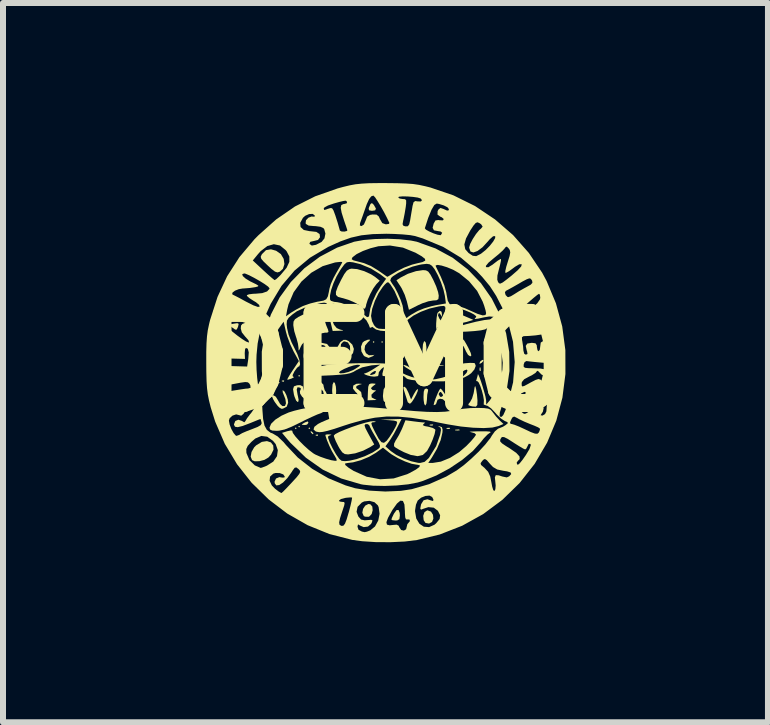
<source format=kicad_pcb>
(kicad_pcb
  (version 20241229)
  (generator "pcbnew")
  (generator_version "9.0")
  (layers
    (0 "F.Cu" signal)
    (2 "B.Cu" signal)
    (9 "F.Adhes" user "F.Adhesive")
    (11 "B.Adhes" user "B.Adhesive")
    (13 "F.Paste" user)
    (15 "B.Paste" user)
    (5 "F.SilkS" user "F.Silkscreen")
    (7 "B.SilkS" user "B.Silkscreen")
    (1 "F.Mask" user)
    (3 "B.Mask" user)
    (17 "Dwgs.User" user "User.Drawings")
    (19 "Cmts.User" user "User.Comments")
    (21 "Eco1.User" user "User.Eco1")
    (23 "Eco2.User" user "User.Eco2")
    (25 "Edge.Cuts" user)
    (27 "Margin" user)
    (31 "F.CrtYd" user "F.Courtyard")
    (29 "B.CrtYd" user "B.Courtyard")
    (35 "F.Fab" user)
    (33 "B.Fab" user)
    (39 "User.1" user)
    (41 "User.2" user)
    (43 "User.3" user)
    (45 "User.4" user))
  (footprint "DEMO"
    (layer "F.Cu")
    (at 3.371 2.985)
    (property "Reference" "DEMO" (at 0 0 0) (layer "F.SilkS") (effects (font (size 1.5 1.5) (thickness 0.3))))
    (attr board_only exclude_from_pos_files exclude_from_bom)
    (fp_poly (pts (xy -1.818 0.366) (xy -1.832 0.381) (xy -1.847 0.366) (xy -1.832 0.352)) (stroke (width 0) (type solid)) (fill yes) (layer "F.SilkS"))
    (fp_poly (pts (xy -1.762 0.338) (xy -1.776 0.352) (xy -1.79 0.338) (xy -1.776 0.324)) (stroke (width 0) (type solid)) (fill yes) (layer "F.SilkS"))
    (fp_poly (pts (xy -1.48 1.099) (xy -1.494 1.114) (xy -1.508 1.099) (xy -1.494 1.085)) (stroke (width 0) (type solid)) (fill yes) (layer "F.SilkS"))
    (fp_poly (pts (xy -1.424 0.226) (xy -1.438 0.24) (xy -1.452 0.226) (xy -1.438 0.211)) (stroke (width 0) (type solid)) (fill yes) (layer "F.SilkS"))
    (fp_poly (pts (xy -1.424 1.071) (xy -1.438 1.085) (xy -1.452 1.071) (xy -1.438 1.057)) (stroke (width 0) (type solid)) (fill yes) (layer "F.SilkS"))
    (fp_poly (pts (xy -1.254 1.099) (xy -1.269 1.114) (xy -1.283 1.099) (xy -1.269 1.085)) (stroke (width 0) (type solid)) (fill yes) (layer "F.SilkS"))
    (fp_poly (pts (xy -0.183 -0.338) (xy -0.197 -0.324) (xy -0.211 -0.338) (xy -0.197 -0.352)) (stroke (width 0) (type solid)) (fill yes) (layer "F.SilkS"))
    (fp_poly (pts (xy -0.042 -0.338) (xy -0.056 -0.324) (xy -0.07 -0.338) (xy -0.056 -0.352)) (stroke (width 0) (type solid)) (fill yes) (layer "F.SilkS"))
    (fp_poly (pts (xy 1.79 -0.366) (xy 1.776 -0.352) (xy 1.762 -0.366) (xy 1.776 -0.381)) (stroke (width 0) (type solid)) (fill yes) (layer "F.SilkS"))
    (fp_poly (pts (xy -1.687 0.305) (xy -1.691 0.322) (xy -1.706 0.324) (xy -1.729 0.314) (xy -1.724 0.305) (xy -1.691 0.302)) (stroke (width 0) (type solid)) (fill yes) (layer "F.SilkS"))
    (fp_poly (pts (xy -1.123 1.208) (xy -1.127 1.224) (xy -1.142 1.226) (xy -1.165 1.216) (xy -1.161 1.208) (xy -1.127 1.204)) (stroke (width 0) (type solid)) (fill yes) (layer "F.SilkS"))
    (fp_poly (pts (xy 0.796 1.04) (xy 0.787 1.053) (xy 0.759 1.055) (xy 0.729 1.048) (xy 0.742 1.038) (xy 0.786 1.035)) (stroke (width 0) (type solid)) (fill yes) (layer "F.SilkS"))
    (fp_poly (pts (xy 1.078 1.097) (xy 1.069 1.109) (xy 1.041 1.111) (xy 1.011 1.104) (xy 1.024 1.094) (xy 1.068 1.091)) (stroke (width 0) (type solid)) (fill yes) (layer "F.SilkS"))
    (fp_poly (pts (xy 1.219 0.279) (xy 1.21 0.292) (xy 1.182 0.294) (xy 1.152 0.287) (xy 1.165 0.277) (xy 1.209 0.273)) (stroke (width 0) (type solid)) (fill yes) (layer "F.SilkS"))
    (fp_poly (pts (xy 1.233 1.123) (xy 1.237 1.133) (xy 1.198 1.137) (xy 1.158 1.133) (xy 1.163 1.123) (xy 1.221 1.119)) (stroke (width 0) (type solid)) (fill yes) (layer "F.SilkS"))
    (fp_poly (pts (xy 1.584 0.093) (xy 1.587 0.137) (xy 1.582 0.147) (xy 1.569 0.139) (xy 1.567 0.11) (xy 1.574 0.08)) (stroke (width 0) (type solid)) (fill yes) (layer "F.SilkS"))
    (fp_poly (pts (xy 1.753 -0.301) (xy 1.756 -0.257) (xy 1.751 -0.247) (xy 1.738 -0.256) (xy 1.736 -0.284) (xy 1.743 -0.314)) (stroke (width 0) (type solid)) (fill yes) (layer "F.SilkS"))
    (fp_poly (pts (xy -1.231 1.153) (xy -1.2 1.182) (xy -1.207 1.198) (xy -1.211 1.198) (xy -1.234 1.178) (xy -1.243 1.166) (xy -1.246 1.146)) (stroke (width 0) (type solid)) (fill yes) (layer "F.SilkS"))
    (fp_poly (pts (xy 1.634 -0.038) (xy 1.625 -0.014) (xy 1.604 0.008) (xy 1.572 0.026) (xy 1.565 0.017) (xy 1.582 -0.017) (xy 1.615 -0.04)) (stroke (width 0) (type solid)) (fill yes) (layer "F.SilkS"))
    (fp_poly (pts (xy 1.734 -0.193) (xy 1.718 -0.152) (xy 1.69 -0.111) (xy 1.661 -0.076) (xy 1.661 -0.086) (xy 1.68 -0.127) (xy 1.713 -0.193) (xy 1.73 -0.211)) (stroke (width 0) (type solid)) (fill yes) (layer "F.SilkS"))
    (fp_poly (pts (xy -2.445 -0.64) (xy -2.454 -0.598) (xy -2.459 -0.584) (xy -2.478 -0.545) (xy -2.502 -0.544) (xy -2.548 -0.576) (xy -2.615 -0.626) (xy -2.534 -0.642) (xy -2.468 -0.652)) (stroke (width 0) (type solid)) (fill yes) (layer "F.SilkS"))
    (fp_poly (pts (xy -1.283 1.006) (xy -1.283 1.008) (xy -1.306 1.038) (xy -1.339 1.045) (xy -1.385 1.042) (xy -1.395 1.038) (xy -1.374 1.021) (xy -1.339 1.001) (xy -1.295 0.985)) (stroke (width 0) (type solid)) (fill yes) (layer "F.SilkS"))
    (fp_poly (pts (xy -0.195 -2.624) (xy -0.193 -2.621) (xy -0.159 -2.561) (xy -0.171 -2.531) (xy -0.225 -2.523) (xy -0.274 -2.532) (xy -0.279 -2.564) (xy -0.277 -2.572) (xy -0.249 -2.637) (xy -0.225 -2.652)) (stroke (width 0) (type solid)) (fill yes) (layer "F.SilkS"))
    (fp_poly (pts (xy -0.843 0.343) (xy -0.826 0.405) (xy -0.821 0.473) (xy -0.825 0.566) (xy -0.845 0.605) (xy -0.853 0.606) (xy -0.877 0.579) (xy -0.887 0.498) (xy -0.888 0.463) (xy -0.881 0.371) (xy -0.863 0.331)) (stroke (width 0) (type solid)) (fill yes) (layer "F.SilkS"))
    (fp_poly (pts (xy 0.759 2.488) (xy 0.792 2.541) (xy 0.798 2.604) (xy 0.776 2.66) (xy 0.726 2.687) (xy 0.667 2.676) (xy 0.637 2.631) (xy 0.629 2.558) (xy 0.65 2.497) (xy 0.695 2.467) (xy 0.702 2.467)) (stroke (width 0) (type solid)) (fill yes) (layer "F.SilkS"))
    (fp_poly (pts (xy 0.94 0.049) (xy 0.951 0.05) (xy 0.98 0.054) (xy 0.957 0.058) (xy 0.889 0.06) (xy 0.832 0.061) (xy 0.74 0.06) (xy 0.691 0.057) (xy 0.689 0.053) (xy 0.712 0.05) (xy 0.824 0.045)) (stroke (width 0) (type solid)) (fill yes) (layer "F.SilkS"))
    (fp_poly (pts (xy -0.252 2.365) (xy -0.219 2.403) (xy -0.213 2.465) (xy -0.23 2.528) (xy -0.269 2.569) (xy -0.283 2.574) (xy -0.339 2.572) (xy -0.361 2.562) (xy -0.385 2.506) (xy -0.373 2.442) (xy -0.337 2.388) (xy -0.285 2.361)) (stroke (width 0) (type solid)) (fill yes) (layer "F.SilkS"))
    (fp_poly (pts (xy 0.237 2.51) (xy 0.24 2.553) (xy 0.232 2.613) (xy 0.198 2.634) (xy 0.169 2.636) (xy 0.116 2.631) (xy 0.099 2.62) (xy 0.11 2.587) (xy 0.139 2.527) (xy 0.142 2.521) (xy 0.184 2.463) (xy 0.218 2.46)) (stroke (width 0) (type solid)) (fill yes) (layer "F.SilkS"))
    (fp_poly (pts (xy 0.672 -0.326) (xy 0.682 -0.252) (xy 0.682 -0.211) (xy 0.675 -0.124) (xy 0.658 -0.076) (xy 0.648 -0.07) (xy 0.628 -0.097) (xy 0.619 -0.17) (xy 0.618 -0.211) (xy 0.625 -0.299) (xy 0.642 -0.347) (xy 0.652 -0.352)) (stroke (width 0) (type solid)) (fill yes) (layer "F.SilkS"))
    (fp_poly (pts (xy 0.711 0.454) (xy 0.708 0.482) (xy 0.696 0.54) (xy 0.691 0.62) (xy 0.691 0.623) (xy 0.683 0.687) (xy 0.666 0.718) (xy 0.662 0.719) (xy 0.646 0.694) (xy 0.636 0.629) (xy 0.634 0.578) (xy 0.638 0.491) (xy 0.653 0.448) (xy 0.68 0.437)) (stroke (width 0) (type solid)) (fill yes) (layer "F.SilkS"))
    (fp_poly (pts (xy -1.908 1.335) (xy -1.869 1.386) (xy -1.865 1.456) (xy -1.905 1.538) (xy -1.949 1.586) (xy -2.017 1.626) (xy -2.101 1.648) (xy -2.179 1.649) (xy -2.222 1.63) (xy -2.245 1.572) (xy -2.231 1.494) (xy -2.187 1.417) (xy -2.154 1.384) (xy -2.059 1.326) (xy -1.974 1.313)) (stroke (width 0) (type solid)) (fill yes) (layer "F.SilkS"))
    (fp_poly (pts (xy 0.084 -0.349) (xy 0.129 -0.344) (xy 0.125 -0.334) (xy 0.12 -0.333) (xy 0.085 -0.306) (xy 0.071 -0.241) (xy 0.07 -0.209) (xy 0.064 -0.129) (xy 0.047 -0.102) (xy 0.028 -0.124) (xy 0.013 -0.196) (xy 0.01 -0.226) (xy 0.005 -0.303) (xy 0.015 -0.34) (xy 0.048 -0.35)) (stroke (width 0) (type solid)) (fill yes) (layer "F.SilkS"))
    (fp_poly (pts (xy -1.822 -1.858) (xy -1.742 -1.802) (xy -1.695 -1.722) (xy -1.683 -1.636) (xy -1.708 -1.557) (xy -1.762 -1.508) (xy -1.799 -1.497) (xy -1.84 -1.51) (xy -1.898 -1.554) (xy -1.958 -1.609) (xy -2.031 -1.679) (xy -2.069 -1.724) (xy -2.078 -1.758) (xy -2.063 -1.792) (xy -2.055 -1.804) (xy -1.99 -1.868) (xy -1.907 -1.882)) (stroke (width 0) (type solid)) (fill yes) (layer "F.SilkS"))
    (fp_poly (pts (xy 1.503 0.419) (xy 1.511 0.451) (xy 1.525 0.54) (xy 1.533 0.638) (xy 1.533 0.641) (xy 1.53 0.712) (xy 1.506 0.74) (xy 1.448 0.735) (xy 1.414 0.727) (xy 1.38 0.713) (xy 1.387 0.689) (xy 1.41 0.662) (xy 1.443 0.602) (xy 1.469 0.515) (xy 1.474 0.488) (xy 1.485 0.416) (xy 1.494 0.394)) (stroke (width 0) (type solid)) (fill yes) (layer "F.SilkS"))
    (fp_poly (pts (xy -0.263 -0.359) (xy -0.29 -0.337) (xy -0.339 -0.278) (xy -0.349 -0.211) (xy -0.325 -0.152) (xy -0.275 -0.117) (xy -0.211 -0.119) (xy -0.183 -0.125) (xy -0.203 -0.108) (xy -0.211 -0.101) (xy -0.282 -0.073) (xy -0.346 -0.098) (xy -0.364 -0.115) (xy -0.401 -0.182) (xy -0.407 -0.261) (xy -0.381 -0.328) (xy -0.354 -0.351) (xy -0.294 -0.376) (xy -0.26 -0.378)) (stroke (width 0) (type solid)) (fill yes) (layer "F.SilkS"))
    (fp_poly (pts (xy 1.276 0.364) (xy 1.248 0.383) (xy 1.218 0.406) (xy 1.214 0.439) (xy 1.236 0.501) (xy 1.241 0.514) (xy 1.266 0.6) (xy 1.256 0.644) (xy 1.227 0.648) (xy 1.211 0.618) (xy 1.174 0.516) (xy 1.144 0.461) (xy 1.114 0.444) (xy 1.099 0.447) (xy 1.058 0.459) (xy 1.058 0.451) (xy 1.09 0.429) (xy 1.147 0.4) (xy 1.159 0.395) (xy 1.237 0.365) (xy 1.278 0.354)) (stroke (width 0) (type solid)) (fill yes) (layer "F.SilkS"))
    (fp_poly (pts (xy -0.396 0.36) (xy -0.401 0.366) (xy -0.43 0.372) (xy -0.483 0.396) (xy -0.488 0.429) (xy -0.453 0.454) (xy -0.405 0.497) (xy -0.394 0.558) (xy -0.412 0.596) (xy -0.465 0.629) (xy -0.527 0.63) (xy -0.566 0.603) (xy -0.563 0.584) (xy -0.527 0.59) (xy -0.47 0.593) (xy -0.451 0.565) (xy -0.474 0.517) (xy -0.496 0.497) (xy -0.541 0.438) (xy -0.536 0.388) (xy -0.485 0.359) (xy -0.445 0.356)) (stroke (width 0) (type solid)) (fill yes) (layer "F.SilkS"))
    (fp_poly (pts (xy -0.166 0.357) (xy -0.17 0.37) (xy -0.19 0.383) (xy -0.231 0.418) (xy -0.24 0.438) (xy -0.216 0.462) (xy -0.19 0.466) (xy -0.156 0.469) (xy -0.171 0.484) (xy -0.19 0.496) (xy -0.234 0.541) (xy -0.229 0.586) (xy -0.176 0.614) (xy -0.148 0.623) (xy -0.173 0.629) (xy -0.205 0.63) (xy -0.297 0.634) (xy -0.292 0.493) (xy -0.287 0.41) (xy -0.273 0.368) (xy -0.244 0.354) (xy -0.214 0.353)) (stroke (width 0) (type solid)) (fill yes) (layer "F.SilkS"))
    (fp_poly (pts (xy 0.345 0.432) (xy 0.376 0.492) (xy 0.386 0.514) (xy 0.427 0.62) (xy 0.476 0.526) (xy 0.511 0.469) (xy 0.536 0.445) (xy 0.54 0.446) (xy 0.538 0.478) (xy 0.513 0.538) (xy 0.477 0.605) (xy 0.439 0.663) (xy 0.41 0.69) (xy 0.407 0.691) (xy 0.374 0.668) (xy 0.368 0.655) (xy 0.353 0.606) (xy 0.329 0.532) (xy 0.327 0.524) (xy 0.304 0.452) (xy 0.298 0.419) (xy 0.308 0.409) (xy 0.32 0.409)) (stroke (width 0) (type solid)) (fill yes) (layer "F.SilkS"))
    (fp_poly (pts (xy 0.675 -1.531) (xy 0.712 -1.511) (xy 0.749 -1.462) (xy 0.796 -1.374) (xy 0.801 -1.363) (xy 0.846 -1.262) (xy 0.877 -1.169) (xy 0.888 -1.109) (xy 0.882 -1.054) (xy 0.851 -1.033) (xy 0.793 -1.029) (xy 0.716 -1.016) (xy 0.616 -0.983) (xy 0.545 -0.951) (xy 0.391 -0.874) (xy 0.357 -1.013) (xy 0.322 -1.122) (xy 0.272 -1.229) (xy 0.254 -1.259) (xy 0.183 -1.366) (xy 0.254 -1.412) (xy 0.374 -1.474) (xy 0.509 -1.518) (xy 0.625 -1.535)) (stroke (width 0) (type solid)) (fill yes) (layer "F.SilkS"))
    (fp_poly (pts (xy 0.877 -0.33) (xy 0.924 -0.261) (xy 0.931 -0.248) (xy 0.987 -0.144) (xy 1.004 -0.255) (xy 1.014 -0.316) (xy 1.019 -0.33) (xy 1.023 -0.295) (xy 1.025 -0.218) (xy 1.023 -0.136) (xy 1.013 -0.082) (xy 1.004 -0.07) (xy 0.973 -0.092) (xy 0.93 -0.146) (xy 0.919 -0.162) (xy 0.861 -0.254) (xy 0.86 -0.162) (xy 0.854 -0.1) (xy 0.84 -0.071) (xy 0.839 -0.07) (xy 0.827 -0.096) (xy 0.819 -0.161) (xy 0.818 -0.211) (xy 0.824 -0.306) (xy 0.844 -0.345)) (stroke (width 0) (type solid)) (fill yes) (layer "F.SilkS"))
    (fp_poly (pts (xy -1.68 0.489) (xy -1.65 0.549) (xy -1.627 0.622) (xy -1.621 0.675) (xy -1.645 0.74) (xy -1.708 0.773) (xy -1.732 0.775) (xy -1.765 0.756) (xy -1.796 0.726) (xy -1.845 0.66) (xy -1.872 0.613) (xy -1.891 0.566) (xy -1.875 0.55) (xy -1.865 0.55) (xy -1.827 0.573) (xy -1.792 0.63) (xy -1.791 0.632) (xy -1.755 0.695) (xy -1.716 0.73) (xy -1.674 0.727) (xy -1.657 0.684) (xy -1.667 0.613) (xy -1.687 0.561) (xy -1.711 0.5) (xy -1.713 0.467) (xy -1.71 0.465)) (stroke (width 0) (type solid)) (fill yes) (layer "F.SilkS"))
    (fp_poly (pts (xy -1.029 0.734) (xy -1.024 0.736) (xy -0.999 0.774) (xy -1.019 0.818) (xy -1.074 0.848) (xy -1.078 0.849) (xy -1.136 0.87) (xy -1.228 0.911) (xy -1.341 0.964) (xy -1.422 1.005) (xy -1.569 1.076) (xy -1.681 1.12) (xy -1.77 1.139) (xy -1.81 1.142) (xy -1.887 1.137) (xy -1.923 1.12) (xy -1.931 1.088) (xy -1.905 1.025) (xy -1.835 0.956) (xy -1.73 0.889) (xy -1.612 0.836) (xy -1.521 0.808) (xy -1.408 0.78) (xy -1.287 0.757) (xy -1.174 0.74) (xy -1.083 0.731)) (stroke (width 0) (type solid)) (fill yes) (layer "F.SilkS"))
    (fp_poly (pts (xy -0.656 -0.373) (xy -0.611 -0.351) (xy -0.552 -0.294) (xy -0.526 -0.222) (xy -0.54 -0.154) (xy -0.561 -0.129) (xy -0.588 -0.113) (xy -0.595 -0.135) (xy -0.588 -0.189) (xy -0.591 -0.273) (xy -0.625 -0.33) (xy -0.68 -0.348) (xy -0.704 -0.342) (xy -0.74 -0.303) (xy -0.747 -0.237) (xy -0.727 -0.167) (xy -0.684 -0.114) (xy -0.648 -0.083) (xy -0.65 -0.07) (xy -0.692 -0.085) (xy -0.741 -0.114) (xy -0.793 -0.18) (xy -0.797 -0.258) (xy -0.752 -0.334) (xy -0.745 -0.34) (xy -0.698 -0.374)) (stroke (width 0) (type solid)) (fill yes) (layer "F.SilkS"))
    (fp_poly (pts (xy 1.315 -0.358) (xy 1.35 -0.298) (xy 1.381 -0.24) (xy 1.42 -0.157) (xy 1.431 -0.113) (xy 1.415 -0.099) (xy 1.412 -0.099) (xy 1.376 -0.123) (xy 1.341 -0.182) (xy 1.335 -0.197) (xy 1.305 -0.26) (xy 1.276 -0.293) (xy 1.259 -0.29) (xy 1.261 -0.246) (xy 1.263 -0.24) (xy 1.264 -0.195) (xy 1.252 -0.183) (xy 1.229 -0.16) (xy 1.226 -0.143) (xy 1.207 -0.093) (xy 1.195 -0.083) (xy 1.176 -0.085) (xy 1.184 -0.13) (xy 1.215 -0.221) (xy 1.249 -0.303) (xy 1.278 -0.362) (xy 1.295 -0.381)) (stroke (width 0) (type solid)) (fill yes) (layer "F.SilkS"))
    (fp_poly (pts (xy -1.377 0.401) (xy -1.367 0.442) (xy -1.349 0.506) (xy -1.306 0.569) (xy -1.269 0.615) (xy -1.274 0.633) (xy -1.287 0.634) (xy -1.339 0.616) (xy -1.389 0.573) (xy -1.422 0.521) (xy -1.425 0.479) (xy -1.421 0.474) (xy -1.407 0.44) (xy -1.423 0.423) (xy -1.464 0.415) (xy -1.478 0.454) (xy -1.464 0.54) (xy -1.461 0.551) (xy -1.446 0.626) (xy -1.453 0.659) (xy -1.463 0.662) (xy -1.488 0.638) (xy -1.514 0.575) (xy -1.525 0.537) (xy -1.539 0.449) (xy -1.524 0.401) (xy -1.472 0.383) (xy -1.421 0.381)) (stroke (width 0) (type solid)) (fill yes) (layer "F.SilkS"))
    (fp_poly (pts (xy -0.471 -1.552) (xy -0.354 -1.518) (xy -0.239 -1.465) (xy -0.169 -1.419) (xy -0.095 -1.36) (xy -0.152 -1.3) (xy -0.201 -1.233) (xy -0.252 -1.14) (xy -0.295 -1.042) (xy -0.321 -0.961) (xy -0.324 -0.937) (xy -0.341 -0.894) (xy -0.376 -0.896) (xy -0.395 -0.917) (xy -0.439 -0.955) (xy -0.518 -0.998) (xy -0.614 -1.039) (xy -0.708 -1.068) (xy -0.727 -1.072) (xy -0.791 -1.09) (xy -0.824 -1.122) (xy -0.825 -1.174) (xy -0.795 -1.257) (xy -0.739 -1.372) (xy -0.686 -1.469) (xy -0.643 -1.526) (xy -0.6 -1.552) (xy -0.566 -1.56)) (stroke (width 0) (type solid)) (fill yes) (layer "F.SilkS"))
    (fp_poly (pts (xy 0.074 0.385) (xy 0.122 0.403) (xy 0.136 0.449) (xy 0.135 0.476) (xy 0.14 0.555) (xy 0.157 0.61) (xy 0.17 0.652) (xy 0.149 0.662) (xy 0.111 0.64) (xy 0.078 0.589) (xy 0.062 0.533) (xy 0.071 0.494) (xy 0.074 0.491) (xy 0.091 0.454) (xy 0.086 0.44) (xy 0.056 0.417) (xy 0.031 0.442) (xy 0.016 0.508) (xy 0.014 0.551) (xy 0.008 0.621) (xy -0.008 0.66) (xy -0.014 0.662) (xy -0.032 0.638) (xy -0.041 0.576) (xy -0.042 0.557) (xy -0.031 0.454) (xy 0.001 0.398) (xy 0.06 0.384)) (stroke (width 0) (type solid)) (fill yes) (layer "F.SilkS"))
    (fp_poly (pts (xy 0.416 -0.347) (xy 0.434 -0.322) (xy 0.43 -0.282) (xy 0.434 -0.208) (xy 0.454 -0.162) (xy 0.489 -0.102) (xy 0.482 -0.073) (xy 0.468 -0.07) (xy 0.437 -0.092) (xy 0.396 -0.143) (xy 0.396 -0.143) (xy 0.366 -0.208) (xy 0.378 -0.251) (xy 0.395 -0.292) (xy 0.39 -0.306) (xy 0.353 -0.324) (xy 0.332 -0.289) (xy 0.324 -0.2) (xy 0.324 -0.197) (xy 0.319 -0.122) (xy 0.304 -0.076) (xy 0.296 -0.07) (xy 0.28 -0.096) (xy 0.27 -0.161) (xy 0.268 -0.211) (xy 0.27 -0.295) (xy 0.281 -0.336) (xy 0.311 -0.351) (xy 0.356 -0.352)) (stroke (width 0) (type solid)) (fill yes) (layer "F.SilkS"))
    (fp_poly (pts (xy -0.973 -0.305) (xy -0.926 -0.246) (xy -0.916 -0.179) (xy -0.924 -0.119) (xy -0.956 -0.081) (xy -1.026 -0.054) (xy -1.075 -0.042) (xy -1.139 -0.031) (xy -1.165 -0.044) (xy -1.17 -0.086) (xy -1.18 -0.165) (xy -1.197 -0.221) (xy -1.198 -0.23) (xy -1.142 -0.23) (xy -1.13 -0.131) (xy -1.092 -0.082) (xy -1.047 -0.076) (xy -1.005 -0.094) (xy -0.988 -0.142) (xy -0.987 -0.183) (xy -0.992 -0.251) (xy -1.019 -0.281) (xy -1.064 -0.291) (xy -1.121 -0.29) (xy -1.14 -0.258) (xy -1.142 -0.23) (xy -1.198 -0.23) (xy -1.206 -0.278) (xy -1.175 -0.311) (xy -1.098 -0.323) (xy -1.06 -0.324)) (stroke (width 0) (type solid)) (fill yes) (layer "F.SilkS"))
    (fp_poly (pts (xy 0.459 0.983) (xy 0.547 0.994) (xy 0.616 1.001) (xy 0.631 1.001) (xy 0.661 1.006) (xy 0.639 1.025) (xy 0.635 1.028) (xy 0.622 1.047) (xy 0.656 1.063) (xy 0.712 1.073) (xy 0.786 1.093) (xy 0.828 1.118) (xy 0.832 1.128) (xy 0.819 1.195) (xy 0.786 1.289) (xy 0.743 1.388) (xy 0.697 1.471) (xy 0.689 1.482) (xy 0.623 1.544) (xy 0.535 1.564) (xy 0.421 1.543) (xy 0.307 1.497) (xy 0.224 1.454) (xy 0.163 1.417) (xy 0.143 1.398) (xy 0.144 1.356) (xy 0.174 1.295) (xy 0.18 1.288) (xy 0.226 1.21) (xy 0.273 1.114) (xy 0.284 1.088) (xy 0.333 0.966)) (stroke (width 0) (type solid)) (fill yes) (layer "F.SilkS"))
    (fp_poly (pts (xy -1.034 0.373) (xy -1.029 0.405) (xy -1.012 0.466) (xy -0.997 0.486) (xy -0.973 0.536) (xy -0.998 0.578) (xy -1.061 0.603) (xy -1.099 0.606) (xy -1.16 0.603) (xy -1.189 0.585) (xy -1.198 0.535) (xy -1.198 0.481) (xy -1.197 0.463) (xy -1.142 0.463) (xy -1.137 0.538) (xy -1.119 0.571) (xy -1.085 0.578) (xy -1.038 0.558) (xy -1.029 0.522) (xy -1.041 0.476) (xy -1.058 0.465) (xy -1.08 0.443) (xy -1.08 0.419) (xy -1.09 0.372) (xy -1.106 0.36) (xy -1.131 0.372) (xy -1.141 0.434) (xy -1.142 0.463) (xy -1.197 0.463) (xy -1.193 0.398) (xy -1.172 0.355) (xy -1.142 0.338) (xy -1.071 0.334)) (stroke (width 0) (type solid)) (fill yes) (layer "F.SilkS"))
    (fp_poly (pts (xy 0.942 0.46) (xy 0.983 0.517) (xy 1.01 0.564) (xy 1.05 0.644) (xy 1.056 0.684) (xy 1.044 0.691) (xy 1.002 0.668) (xy 0.991 0.648) (xy 0.957 0.616) (xy 0.908 0.607) (xy 0.868 0.624) (xy 0.86 0.647) (xy 0.843 0.695) (xy 0.832 0.705) (xy 0.805 0.714) (xy 0.803 0.711) (xy 0.813 0.667) (xy 0.837 0.598) (xy 0.863 0.536) (xy 0.888 0.536) (xy 0.91 0.573) (xy 0.929 0.578) (xy 0.958 0.559) (xy 0.955 0.536) (xy 0.927 0.498) (xy 0.913 0.493) (xy 0.891 0.516) (xy 0.888 0.536) (xy 0.863 0.536) (xy 0.867 0.524) (xy 0.896 0.464) (xy 0.916 0.437) (xy 0.916 0.437)) (stroke (width 0) (type solid)) (fill yes) (layer "F.SilkS"))
    (fp_poly (pts (xy -1.036 -0.873) (xy -1.029 -0.825) (xy -1.029 -0.806) (xy -1.018 -0.718) (xy -0.99 -0.624) (xy -0.987 -0.616) (xy -0.956 -0.542) (xy -0.949 -0.506) (xy -0.968 -0.494) (xy -1.008 -0.493) (xy -1.068 -0.481) (xy -1.155 -0.451) (xy -1.22 -0.423) (xy -1.325 -0.364) (xy -1.389 -0.3) (xy -1.41 -0.262) (xy -1.436 -0.205) (xy -1.447 -0.197) (xy -1.448 -0.235) (xy -1.448 -0.24) (xy -1.458 -0.311) (xy -1.482 -0.401) (xy -1.49 -0.423) (xy -1.519 -0.518) (xy -1.534 -0.61) (xy -1.535 -0.625) (xy -1.531 -0.678) (xy -1.507 -0.717) (xy -1.452 -0.754) (xy -1.386 -0.788) (xy -1.283 -0.833) (xy -1.182 -0.867) (xy -1.132 -0.879) (xy -1.065 -0.887)) (stroke (width 0) (type solid)) (fill yes) (layer "F.SilkS"))
    (fp_poly (pts (xy 0.935 -0.841) (xy 0.941 -0.796) (xy 0.936 -0.758) (xy 0.927 -0.774) (xy 0.925 -0.783) (xy 0.903 -0.817) (xy 0.886 -0.816) (xy 0.875 -0.782) (xy 0.898 -0.728) (xy 0.944 -0.669) (xy 1.002 -0.62) (xy 1.029 -0.606) (xy 1.08 -0.59) (xy 1.135 -0.587) (xy 1.209 -0.598) (xy 1.317 -0.626) (xy 1.348 -0.635) (xy 1.51 -0.676) (xy 1.645 -0.703) (xy 1.746 -0.715) (xy 1.805 -0.71) (xy 1.818 -0.696) (xy 1.795 -0.647) (xy 1.738 -0.593) (xy 1.664 -0.55) (xy 1.657 -0.547) (xy 1.59 -0.532) (xy 1.483 -0.52) (xy 1.353 -0.511) (xy 1.217 -0.506) (xy 1.092 -0.507) (xy 1.008 -0.512) (xy 0.926 -0.528) (xy 0.89 -0.556) (xy 0.886 -0.572) (xy 0.881 -0.6) (xy 0.867 -0.575) (xy 0.862 -0.564) (xy 0.849 -0.55) (xy 0.844 -0.592) (xy 0.845 -0.65) (xy 0.852 -0.739) (xy 0.863 -0.807) (xy 0.871 -0.826) (xy 0.907 -0.859)) (stroke (width 0) (type solid)) (fill yes) (layer "F.SilkS"))
    (fp_poly (pts (xy -0.572 0.731) (xy -0.379 0.742) (xy -0.159 0.757) (xy 0.061 0.775) (xy 0.24 0.791) (xy 0.49 0.813) (xy 0.693 0.826) (xy 0.859 0.829) (xy 0.997 0.823) (xy 1.115 0.807) (xy 1.171 0.795) (xy 1.282 0.776) (xy 1.417 0.763) (xy 1.533 0.76) (xy 1.643 0.763) (xy 1.711 0.772) (xy 1.752 0.79) (xy 1.781 0.823) (xy 1.787 0.832) (xy 1.843 0.904) (xy 1.899 0.965) (xy 1.966 1.028) (xy 1.885 1.062) (xy 1.783 1.087) (xy 1.638 1.096) (xy 1.459 1.09) (xy 1.257 1.07) (xy 1.042 1.035) (xy 0.969 1.021) (xy 0.679 0.963) (xy 0.431 0.925) (xy 0.213 0.905) (xy 0.015 0.904) (xy -0.175 0.923) (xy -0.369 0.961) (xy -0.577 1.019) (xy -0.695 1.057) (xy -0.851 1.109) (xy -0.964 1.142) (xy -1.045 1.16) (xy -1.102 1.165) (xy -1.146 1.157) (xy -1.163 1.151) (xy -1.198 1.119) (xy -1.184 1.075) (xy -1.124 1.028) (xy -1.068 0.999) (xy -0.937 0.943) (xy -0.956 0.827) (xy -0.975 0.711)) (stroke (width 0) (type solid)) (fill yes) (layer "F.SilkS"))
    (fp_poly (pts (xy 1.473 0.012) (xy 1.49 0.018) (xy 1.504 0.06) (xy 1.481 0.12) (xy 1.429 0.181) (xy 1.386 0.213) (xy 1.319 0.25) (xy 1.275 0.266) (xy 1.263 0.261) (xy 1.291 0.234) (xy 1.305 0.224) (xy 1.351 0.177) (xy 1.367 0.139) (xy 1.355 0.121) (xy 1.315 0.135) (xy 1.262 0.167) (xy 1.176 0.215) (xy 1.094 0.25) (xy 1.076 0.256) (xy 1.025 0.274) (xy 1.026 0.294) (xy 1.033 0.299) (xy 1.027 0.31) (xy 0.973 0.317) (xy 0.876 0.318) (xy 0.744 0.315) (xy 0.586 0.307) (xy 0.522 0.303) (xy 0.434 0.294) (xy 0.372 0.28) (xy 0.353 0.27) (xy 0.319 0.24) (xy 0.263 0.209) (xy 0.205 0.184) (xy 0.164 0.175) (xy 0.155 0.181) (xy 0.177 0.216) (xy 0.204 0.237) (xy 0.228 0.256) (xy 0.206 0.265) (xy 0.155 0.267) (xy 0.094 0.262) (xy 0.087 0.249) (xy 0.096 0.242) (xy 0.117 0.217) (xy 0.107 0.178) (xy 0.073 0.122) (xy 0.011 0.028) (xy 0.02 0.128) (xy 0.02 0.198) (xy 0.000152 0.228) (xy -0.018 0.232) (xy -0.048 0.226) (xy -0.051 0.191) (xy -0.041 0.15) (xy -0.026 0.092) (xy -0.033 0.082) (xy -0.069 0.112) (xy -0.072 0.115) (xy -0.11 0.165) (xy -0.115 0.203) (xy -0.123 0.23) (xy -0.181 0.239) (xy -0.191 0.239) (xy -0.246 0.233) (xy -0.301 0.219) (xy -0.344 0.202) (xy -0.345 0.201) (xy -0.259 0.201) (xy -0.247 0.211) (xy -0.233 0.211) (xy -0.182 0.195) (xy -0.168 0.181) (xy -0.157 0.146) (xy -0.183 0.147) (xy -0.224 0.171) (xy -0.259 0.201) (xy -0.345 0.201) (xy -0.359 0.189) (xy -0.338 0.184) (xy -0.299 0.169) (xy -0.233 0.133) (xy -0.197 0.111) (xy -0.085 0.039) (xy -0.232 0.051) (xy -0.39 0.085) (xy -0.486 0.132) (xy -0.535 0.161) (xy -0.587 0.182) (xy -0.654 0.197) (xy -0.748 0.207) (xy -0.88 0.216) (xy -0.968 0.22) (xy -1.126 0.227) (xy -1.235 0.228) (xy -1.301 0.224) (xy -1.33 0.214) (xy -1.332 0.204) (xy -1.303 0.17) (xy -0.775 0.17) (xy -0.752 0.185) (xy -0.694 0.181) (xy -0.618 0.162) (xy -0.539 0.13) (xy -0.507 0.112) (xy -0.441 0.07) (xy -0.42 0.05) (xy -0.439 0.043) (xy -0.473 0.042) (xy -0.532 0.053) (xy -0.61 0.078) (xy -0.688 0.111) (xy -0.749 0.144) (xy -0.775 0.169) (xy -0.775 0.17) (xy -1.303 0.17) (xy -1.289 0.154) (xy -1.201 0.106) (xy -1.079 0.066) (xy -0.973 0.044) (xy -0.884 0.034) (xy -0.765 0.026) (xy -0.624 0.02) (xy -0.473 0.016) (xy -0.321 0.015) (xy -0.177 0.015) (xy -0.052 0.019) (xy 0.044 0.024) (xy 0.102 0.032) (xy 0.114 0.04) (xy 0.123 0.074) (xy 0.172 0.118) (xy 0.25 0.165) (xy 0.344 0.21) (xy 0.441 0.246) (xy 0.528 0.266) (xy 0.559 0.268) (xy 0.594 0.262) (xy 0.589 0.242) (xy 0.54 0.205) (xy 0.444 0.148) (xy 0.409 0.129) (xy 0.337 0.085) (xy 0.3 0.054) (xy 0.306 0.043) (xy 0.353 0.058) (xy 0.43 0.099) (xy 0.523 0.157) (xy 0.543 0.171) (xy 0.638 0.236) (xy 0.705 0.272) (xy 0.759 0.287) (xy 0.817 0.284) (xy 0.843 0.28) (xy 0.949 0.256) (xy 1.064 0.221) (xy 1.169 0.18) (xy 1.249 0.14) (xy 1.281 0.115) (xy 1.293 0.082) (xy 1.256 0.059) (xy 1.248 0.056) (xy 1.22 0.042) (xy 1.235 0.031) (xy 1.299 0.02) (xy 1.325 0.016) (xy 1.411 0.01)) (stroke (width 0) (type solid)) (fill yes) (layer "F.SilkS"))
    (fp_poly (pts (xy 0.194 1.091) (xy 0.142 1.189) (xy 0.087 1.279) (xy 0.06 1.319) (xy 0.000043 1.4) (xy 0.089 1.479) (xy 0.18 1.542) (xy 0.301 1.602) (xy 0.429 1.649) (xy 0.543 1.675) (xy 0.578 1.677) (xy 0.652 1.659) (xy 0.719 1.598) (xy 0.728 1.586) (xy 0.845 1.396) (xy 0.912 1.203) (xy 0.925 1.127) (xy 0.918 1.09) (xy 0.892 1.074) (xy 0.872 1.065) (xy 0.902 1.067) (xy 0.94 1.081) (xy 0.952 1.124) (xy 0.949 1.171) (xy 0.92 1.296) (xy 0.858 1.442) (xy 0.774 1.586) (xy 0.713 1.677) (xy 0.786 1.677) (xy 0.923 1.655) (xy 1.076 1.592) (xy 1.228 1.497) (xy 1.346 1.396) (xy 1.422 1.318) (xy 1.478 1.252) (xy 1.507 1.21) (xy 1.508 1.204) (xy 1.484 1.181) (xy 1.423 1.164) (xy 1.417 1.163) (xy 1.401 1.158) (xy 1.434 1.154) (xy 1.51 1.151) (xy 1.565 1.15) (xy 1.675 1.15) (xy 1.74 1.155) (xy 1.755 1.165) (xy 1.748 1.169) (xy 1.701 1.203) (xy 1.638 1.268) (xy 1.593 1.325) (xy 1.456 1.478) (xy 1.276 1.628) (xy 1.069 1.767) (xy 0.847 1.886) (xy 0.625 1.976) (xy 0.536 2.003) (xy 0.379 2.033) (xy 0.19 2.052) (xy -0.011 2.06) (xy -0.205 2.056) (xy -0.37 2.039) (xy -0.409 2.032) (xy -0.739 1.935) (xy -1.044 1.788) (xy -1.189 1.686) (xy -0.672 1.686) (xy -0.669 1.711) (xy -0.615 1.756) (xy -0.529 1.81) (xy -0.312 1.907) (xy -0.088 1.949) (xy 0.137 1.935) (xy 0.36 1.865) (xy 0.402 1.845) (xy 0.508 1.787) (xy 0.566 1.744) (xy 0.573 1.716) (xy 0.527 1.706) (xy 0.522 1.706) (xy 0.437 1.691) (xy 0.326 1.652) (xy 0.208 1.597) (xy 0.103 1.535) (xy 0.066 1.508) (xy -0.041 1.422) (xy -0.159 1.508) (xy -0.273 1.575) (xy -0.408 1.631) (xy -0.54 1.667) (xy -0.627 1.677) (xy -0.672 1.686) (xy -1.189 1.686) (xy -1.325 1.59) (xy -1.582 1.342) (xy -1.637 1.279) (xy -1.723 1.176) (xy -1.63 1.147) (xy -1.573 1.135) (xy -1.551 1.141) (xy -1.552 1.144) (xy -1.543 1.177) (xy -1.5 1.236) (xy -1.434 1.31) (xy -1.356 1.388) (xy -1.276 1.46) (xy -1.203 1.516) (xy -1.17 1.536) (xy -1.086 1.573) (xy -0.992 1.606) (xy -0.904 1.631) (xy -0.838 1.642) (xy -0.812 1.639) (xy -0.817 1.609) (xy -0.848 1.554) (xy -0.857 1.54) (xy -0.894 1.477) (xy -0.935 1.392) (xy -0.972 1.304) (xy -0.996 1.234) (xy -1.001 1.209) (xy -0.977 1.202) (xy -0.937 1.201) (xy -0.899 1.206) (xy -0.916 1.216) (xy -0.923 1.217) (xy -0.952 1.23) (xy -0.956 1.258) (xy -0.935 1.317) (xy -0.929 1.334) (xy -0.884 1.426) (xy -0.828 1.525) (xy -0.814 1.547) (xy -0.768 1.611) (xy -0.729 1.642) (xy -0.673 1.647) (xy -0.601 1.64) (xy -0.481 1.613) (xy -0.344 1.565) (xy -0.215 1.504) (xy -0.12 1.443) (xy -0.095 1.418) (xy -0.091 1.389) (xy -0.11 1.341) (xy -0.155 1.263) (xy -0.169 1.239) (xy -0.219 1.153) (xy -0.254 1.086) (xy -0.268 1.052) (xy -0.291 1.032) (xy -0.31 1.029) (xy -0.34 1.034) (xy -0.348 1.055) (xy -0.332 1.101) (xy -0.289 1.183) (xy -0.269 1.22) (xy -0.187 1.369) (xy -0.256 1.414) (xy -0.372 1.473) (xy -0.504 1.517) (xy -0.622 1.535) (xy -0.623 1.535) (xy -0.677 1.529) (xy -0.719 1.501) (xy -0.762 1.44) (xy -0.785 1.399) (xy -0.827 1.315) (xy -0.854 1.247) (xy -0.86 1.22) (xy -0.835 1.196) (xy -0.768 1.161) (xy -0.672 1.121) (xy -0.559 1.078) (xy -0.442 1.038) (xy -0.333 1.006) (xy -0.246 0.985) (xy -0.192 0.981) (xy -0.189 0.982) (xy -0.157 0.992) (xy -0.18 0.997) (xy -0.19 0.998) (xy -0.223 1.002) (xy -0.235 1.018) (xy -0.224 1.057) (xy -0.189 1.13) (xy -0.171 1.166) (xy -0.113 1.273) (xy -0.067 1.331) (xy -0.025 1.342) (xy 0.02 1.308) (xy 0.068 1.244) (xy 0.123 1.158) (xy 0.167 1.079) (xy 0.182 1.047) (xy 0.195 1.005) (xy 0.185 0.983) (xy 0.14 0.972) (xy 0.062 0.965) (xy -0.085 0.955) (xy 0.092 0.95) (xy 0.269 0.944)) (stroke (width 0) (type solid)) (fill yes) (layer "F.SilkS"))
    (fp_poly (pts (xy 0.014 -2.985) (xy 0.199 -2.983) (xy 0.343 -2.978) (xy 0.458 -2.97) (xy 0.56 -2.955) (xy 0.662 -2.933) (xy 0.75 -2.911) (xy 1.132 -2.781) (xy 1.492 -2.603) (xy 1.825 -2.38) (xy 2.126 -2.119) (xy 2.389 -1.821) (xy 2.61 -1.493) (xy 2.685 -1.353) (xy 2.84 -0.982) (xy 2.945 -0.596) (xy 2.997 -0.202) (xy 2.998 0.196) (xy 2.948 0.589) (xy 2.846 0.973) (xy 2.693 1.339) (xy 2.485 1.693) (xy 2.235 2.011) (xy 1.948 2.291) (xy 1.628 2.529) (xy 1.278 2.723) (xy 0.904 2.869) (xy 0.525 2.961) (xy 0.322 2.986) (xy 0.087 2.997) (xy -0.157 2.996) (xy -0.388 2.981) (xy -0.552 2.959) (xy -0.934 2.861) (xy -1.296 2.714) (xy -1.636 2.52) (xy -1.924 2.301) (xy -0.773 2.301) (xy -0.765 2.319) (xy -0.72 2.326) (xy -0.691 2.328) (xy -0.68 2.344) (xy -0.687 2.385) (xy -0.713 2.464) (xy -0.72 2.485) (xy -0.756 2.596) (xy -0.771 2.666) (xy -0.766 2.705) (xy -0.739 2.723) (xy -0.726 2.726) (xy -0.699 2.721) (xy -0.674 2.688) (xy -0.647 2.619) (xy -0.613 2.503) (xy -0.611 2.5) (xy -0.609 2.491) (xy -0.481 2.491) (xy -0.451 2.57) (xy -0.406 2.62) (xy -0.346 2.633) (xy -0.308 2.63) (xy -0.239 2.624) (xy -0.216 2.634) (xy -0.228 2.671) (xy -0.241 2.694) (xy -0.291 2.737) (xy -0.363 2.746) (xy -0.428 2.718) (xy -0.431 2.715) (xy -0.457 2.7) (xy -0.465 2.734) (xy -0.465 2.741) (xy -0.449 2.79) (xy -0.393 2.82) (xy -0.347 2.83) (xy -0.309 2.822) (xy -0.253 2.8) (xy -0.174 2.735) (xy -0.135 2.664) (xy 0.016 2.664) (xy 0.025 2.704) (xy 0.069 2.716) (xy 0.116 2.711) (xy 0.186 2.705) (xy 0.22 2.722) (xy 0.232 2.75) (xy 0.262 2.794) (xy 0.307 2.804) (xy 0.344 2.782) (xy 0.352 2.75) (xy 0.365 2.696) (xy 0.381 2.678) (xy 0.408 2.645) (xy 0.399 2.618) (xy 0.366 2.618) (xy 0.342 2.617) (xy 0.329 2.584) (xy 0.324 2.508) (xy 0.324 2.483) (xy 0.493 2.483) (xy 0.513 2.602) (xy 0.565 2.689) (xy 0.639 2.739) (xy 0.727 2.746) (xy 0.817 2.706) (xy 0.847 2.679) (xy 0.903 2.61) (xy 0.911 2.548) (xy 0.874 2.475) (xy 0.872 2.473) (xy 0.805 2.422) (xy 0.715 2.413) (xy 0.632 2.44) (xy 0.592 2.455) (xy 0.58 2.436) (xy 0.592 2.374) (xy 0.595 2.363) (xy 0.635 2.299) (xy 0.699 2.282) (xy 0.749 2.299) (xy 0.794 2.312) (xy 0.799 2.286) (xy 0.778 2.245) (xy 0.734 2.221) (xy 0.665 2.227) (xy 0.593 2.256) (xy 0.537 2.304) (xy 0.536 2.306) (xy 0.508 2.373) (xy 0.494 2.463) (xy 0.493 2.483) (xy 0.324 2.483) (xy 0.324 2.482) (xy 0.316 2.369) (xy 0.291 2.31) (xy 0.249 2.305) (xy 0.192 2.353) (xy 0.119 2.455) (xy 0.105 2.479) (xy 0.043 2.591) (xy 0.016 2.664) (xy -0.135 2.664) (xy -0.12 2.637) (xy -0.098 2.524) (xy -0.113 2.414) (xy -0.127 2.383) (xy -0.183 2.331) (xy -0.266 2.308) (xy -0.355 2.318) (xy -0.394 2.337) (xy -0.464 2.408) (xy -0.481 2.491) (xy -0.609 2.491) (xy -0.583 2.392) (xy -0.564 2.308) (xy -0.556 2.26) (xy -0.557 2.253) (xy -0.588 2.251) (xy -0.654 2.257) (xy -0.671 2.26) (xy -0.74 2.278) (xy -0.773 2.301) (xy -1.924 2.301) (xy -1.947 2.283) (xy -2.228 2.008) (xy -2.256 1.973) (xy -1.93 1.973) (xy -1.893 2.051) (xy -1.84 2.106) (xy -1.78 2.152) (xy -1.738 2.176) (xy -1.731 2.177) (xy -1.705 2.155) (xy -1.652 2.101) (xy -1.581 2.026) (xy -1.555 1.998) (xy -1.478 1.914) (xy -1.435 1.859) (xy -1.42 1.825) (xy -1.429 1.799) (xy -1.449 1.778) (xy -1.485 1.751) (xy -1.513 1.758) (xy -1.548 1.805) (xy -1.559 1.824) (xy -1.633 1.928) (xy -1.706 2.003) (xy -1.769 2.045) (xy -1.818 2.051) (xy -1.844 2.016) (xy -1.847 1.989) (xy -1.823 1.936) (xy -1.767 1.913) (xy -1.72 1.921) (xy -1.683 1.919) (xy -1.677 1.905) (xy -1.702 1.868) (xy -1.76 1.846) (xy -1.83 1.844) (xy -1.868 1.855) (xy -1.922 1.904) (xy -1.93 1.973) (xy -2.256 1.973) (xy -2.472 1.699) (xy -2.624 1.445) (xy -2.318 1.445) (xy -2.317 1.503) (xy -2.315 1.514) (xy -2.265 1.631) (xy -2.176 1.718) (xy -2.078 1.76) (xy -2.05 1.752) (xy -1.99 1.728) (xy -1.976 1.723) (xy -1.869 1.655) (xy -1.807 1.565) (xy -1.793 1.464) (xy -1.829 1.362) (xy -1.873 1.309) (xy -1.969 1.24) (xy -2.067 1.227) (xy -2.168 1.27) (xy -2.233 1.326) (xy -2.294 1.392) (xy -2.318 1.445) (xy -2.624 1.445) (xy -2.676 1.359) (xy -2.835 0.992) (xy -2.842 0.971) (xy -2.608 0.971) (xy -2.596 1.036) (xy -2.567 1.112) (xy -2.529 1.18) (xy -2.494 1.221) (xy -2.481 1.226) (xy -2.433 1.209) (xy -2.423 1.201) (xy -2.384 1.179) (xy -2.309 1.147) (xy -2.223 1.114) (xy -2.129 1.077) (xy -2.078 1.047) (xy -2.062 1.018) (xy -2.065 0.998) (xy -2.078 0.954) (xy -2.082 0.945) (xy -2.108 0.954) (xy -2.172 0.98) (xy -2.255 1.014) (xy -2.379 1.061) (xy -2.461 1.081) (xy -2.506 1.074) (xy -2.523 1.041) (xy -2.523 1.032) (xy -2.501 0.978) (xy -2.45 0.957) (xy -2.391 0.977) (xy -2.388 0.979) (xy -2.351 1) (xy -2.332 0.978) (xy -2.332 0.977) (xy -2.306 0.933) (xy -2.258 0.869) (xy -2.238 0.846) (xy -2.185 0.771) (xy -2.172 0.714) (xy -2.173 0.708) (xy -2.197 0.67) (xy -2.227 0.674) (xy -2.271 0.722) (xy -2.315 0.788) (xy -2.367 0.861) (xy -2.403 0.89) (xy -2.431 0.882) (xy -2.487 0.868) (xy -2.549 0.889) (xy -2.596 0.933) (xy -2.608 0.971) (xy -2.842 0.971) (xy -2.911 0.75) (xy -2.939 0.638) (xy -2.959 0.537) (xy -2.972 0.433) (xy -2.977 0.362) (xy -2.762 0.362) (xy -2.751 0.451) (xy -2.732 0.542) (xy -2.709 0.617) (xy -2.684 0.659) (xy -2.675 0.662) (xy -2.667 0.639) (xy -2.673 0.581) (xy -2.673 0.581) (xy -2.68 0.536) (xy -2.669 0.509) (xy -2.63 0.491) (xy -2.55 0.474) (xy -2.512 0.468) (xy -2.412 0.452) (xy -2.329 0.44) (xy -2.288 0.437) (xy -2.247 0.425) (xy -2.251 0.384) (xy -2.267 0.355) (xy -2.291 0.334) (xy -2.335 0.329) (xy -2.414 0.34) (xy -2.455 0.348) (xy -2.578 0.371) (xy -2.656 0.379) (xy -2.699 0.371) (xy -2.717 0.345) (xy -2.72 0.308) (xy -2.729 0.261) (xy -2.748 0.253) (xy -2.762 0.29) (xy -2.762 0.362) (xy -2.977 0.362) (xy -2.98 0.313) (xy -2.984 0.161) (xy -2.985 0.014) (xy -2.985 -0.005) (xy -2.777 -0.005) (xy -2.773 0.025) (xy -2.754 0.044) (xy -2.709 0.055) (xy -2.626 0.061) (xy -2.54 0.064) (xy -2.304 0.071) (xy -2.292 -0.008) (xy -2.151 -0.008) (xy -2.147 0.126) (xy -2.137 0.26) (xy -2.122 0.383) (xy -2.105 0.48) (xy -2.085 0.539) (xy -2.078 0.549) (xy -2.068 0.582) (xy -2.058 0.657) (xy -2.051 0.76) (xy -2.05 0.788) (xy -2.038 0.944) (xy -2.015 1.054) (xy -1.975 1.127) (xy -1.916 1.172) (xy -1.879 1.186) (xy -1.795 1.236) (xy -1.697 1.33) (xy -1.658 1.377) (xy -1.46 1.587) (xy -1.22 1.775) (xy -0.95 1.932) (xy -0.664 2.051) (xy -0.506 2.098) (xy -0.267 2.138) (xy -0.004 2.153) (xy 0.256 2.142) (xy 0.438 2.114) (xy 0.729 2.03) (xy 1.013 1.904) (xy 1.186 1.802) (xy 1.304 1.715) (xy 1.344 1.681) (xy 1.585 1.681) (xy 1.592 1.71) (xy 1.639 1.75) (xy 1.647 1.756) (xy 1.711 1.825) (xy 1.745 1.902) (xy 1.764 1.997) (xy 1.778 2.072) (xy 1.797 2.132) (xy 1.817 2.144) (xy 1.831 2.114) (xy 1.836 2.052) (xy 1.831 1.999) (xy 1.823 1.916) (xy 1.838 1.88) (xy 1.887 1.883) (xy 1.947 1.903) (xy 2.021 1.918) (xy 2.061 1.9) (xy 2.095 1.862) (xy 2.085 1.836) (xy 2.026 1.817) (xy 1.961 1.807) (xy 1.862 1.786) (xy 1.792 1.745) (xy 1.74 1.69) (xy 1.689 1.631) (xy 1.657 1.611) (xy 1.63 1.624) (xy 1.612 1.644) (xy 1.585 1.681) (xy 1.344 1.681) (xy 1.43 1.606) (xy 1.555 1.487) (xy 1.664 1.369) (xy 1.725 1.291) (xy 1.911 1.291) (xy 1.912 1.319) (xy 1.942 1.351) (xy 2.007 1.395) (xy 2.072 1.435) (xy 2.179 1.509) (xy 2.233 1.568) (xy 2.236 1.613) (xy 2.213 1.635) (xy 2.187 1.668) (xy 2.192 1.7) (xy 2.209 1.706) (xy 2.236 1.684) (xy 2.282 1.627) (xy 2.338 1.547) (xy 2.399 1.446) (xy 2.421 1.381) (xy 2.416 1.361) (xy 2.387 1.358) (xy 2.369 1.393) (xy 2.345 1.44) (xy 2.327 1.452) (xy 2.294 1.437) (xy 2.228 1.398) (xy 2.142 1.344) (xy 2.129 1.335) (xy 2.035 1.275) (xy 1.976 1.246) (xy 1.943 1.245) (xy 1.929 1.257) (xy 1.911 1.291) (xy 1.725 1.291) (xy 1.746 1.266) (xy 1.774 1.219) (xy 1.823 1.151) (xy 1.875 1.107) (xy 1.887 1.102) (xy 1.957 1.074) (xy 2.002 1.046) (xy 2.039 1.015) (xy 2.033 1.001) (xy 2.075 1.001) (xy 2.083 1.025) (xy 2.107 1.029) (xy 2.149 1.041) (xy 2.225 1.071) (xy 2.312 1.111) (xy 2.42 1.162) (xy 2.49 1.188) (xy 2.531 1.191) (xy 2.554 1.171) (xy 2.563 1.152) (xy 2.574 1.122) (xy 2.571 1.102) (xy 2.543 1.084) (xy 2.482 1.057) (xy 2.41 1.029) (xy 2.314 0.989) (xy 2.23 0.949) (xy 2.193 0.928) (xy 2.144 0.904) (xy 2.116 0.918) (xy 2.101 0.943) (xy 2.075 1.001) (xy 2.033 1.001) (xy 2.03 0.996) (xy 1.987 0.978) (xy 1.929 0.94) (xy 1.859 0.875) (xy 1.824 0.835) (xy 1.761 0.769) (xy 1.703 0.727) (xy 1.677 0.719) (xy 1.637 0.704) (xy 1.638 0.679) (xy 1.64 0.631) (xy 1.628 0.557) (xy 1.606 0.472) (xy 1.579 0.392) (xy 1.552 0.335) (xy 1.53 0.314) (xy 1.528 0.315) (xy 1.511 0.312) (xy 1.518 0.284) (xy 1.535 0.225) (xy 1.538 0.202) (xy 1.546 0.203) (xy 1.565 0.246) (xy 1.591 0.317) (xy 1.619 0.404) (xy 1.645 0.493) (xy 1.666 0.571) (xy 1.676 0.627) (xy 1.677 0.634) (xy 1.679 0.705) (xy 1.739 0.634) (xy 1.819 0.512) (xy 1.888 0.357) (xy 1.936 0.195) (xy 1.948 0.122) (xy 1.954 0.007) (xy 1.94 -0.106) (xy 1.905 -0.238) (xy 1.873 -0.332) (xy 1.843 -0.398) (xy 1.821 -0.423) (xy 1.818 -0.423) (xy 1.813 -0.435) (xy 1.828 -0.486) (xy 1.844 -0.523) (xy 1.881 -0.636) (xy 1.874 -0.714) (xy 1.824 -0.756) (xy 1.73 -0.763) (xy 1.645 -0.749) (xy 1.543 -0.727) (xy 1.491 -0.721) (xy 1.488 -0.732) (xy 1.504 -0.744) (xy 1.513 -0.766) (xy 1.475 -0.797) (xy 1.419 -0.827) (xy 1.325 -0.866) (xy 1.226 -0.898) (xy 1.136 -0.92) (xy 1.071 -0.928) (xy 1.046 -0.92) (xy 1.035 -0.883) (xy 1.021 -0.812) (xy 1.015 -0.779) (xy 1.006 -0.702) (xy 1.013 -0.669) (xy 1.033 -0.668) (xy 1.064 -0.703) (xy 1.08 -0.756) (xy 1.094 -0.806) (xy 1.126 -0.827) (xy 1.186 -0.82) (xy 1.283 -0.784) (xy 1.319 -0.769) (xy 1.465 -0.706) (xy 1.353 -0.672) (xy 1.24 -0.647) (xy 1.13 -0.638) (xy 1.039 -0.644) (xy 0.983 -0.666) (xy 0.98 -0.67) (xy 0.966 -0.724) (xy 0.974 -0.761) (xy 0.994 -0.837) (xy 0.999 -0.883) (xy 0.996 -0.924) (xy 0.973 -0.939) (xy 0.916 -0.935) (xy 0.881 -0.929) (xy 0.73 -0.894) (xy 0.589 -0.841) (xy 0.467 -0.778) (xy 0.372 -0.709) (xy 0.315 -0.64) (xy 0.304 -0.577) (xy 0.304 -0.577) (xy 0.306 -0.532) (xy 0.293 -0.522) (xy 0.271 -0.545) (xy 0.267 -0.571) (xy 0.264 -0.605) (xy 0.249 -0.59) (xy 0.237 -0.571) (xy 0.192 -0.541) (xy 0.111 -0.523) (xy 0.013 -0.518) (xy -0.083 -0.526) (xy -0.157 -0.546) (xy -0.184 -0.565) (xy -0.221 -0.591) (xy -0.24 -0.577) (xy -0.259 -0.576) (xy -0.277 -0.623) (xy -0.277 -0.625) (xy -0.318 -0.7) (xy -0.4 -0.779) (xy -0.51 -0.854) (xy -0.634 -0.917) (xy -0.759 -0.959) (xy -0.862 -0.973) (xy -0.916 -0.969) (xy -0.937 -0.948) (xy -0.932 -0.893) (xy -0.927 -0.867) (xy -0.895 -0.723) (xy -0.858 -0.626) (xy -0.812 -0.57) (xy -0.758 -0.546) (xy -0.708 -0.534) (xy -0.708 -0.528) (xy -0.759 -0.525) (xy -0.778 -0.525) (xy -0.879 -0.522) (xy -0.926 -0.716) (xy -0.949 -0.82) (xy -0.966 -0.906) (xy -0.973 -0.956) (xy -0.973 -0.957) (xy -0.983 -0.986) (xy -1.022 -0.993) (xy -1.078 -0.986) (xy -1.297 -0.931) (xy -1.475 -0.85) (xy -1.548 -0.798) (xy -1.612 -0.742) (xy -1.641 -0.695) (xy -1.646 -0.635) (xy -1.639 -0.57) (xy -1.614 -0.461) (xy -1.565 -0.334) (xy -1.523 -0.25) (xy -1.468 -0.137) (xy -1.434 -0.04) (xy -1.422 0.032) (xy -1.436 0.068) (xy -1.446 0.07) (xy -1.473 0.092) (xy -1.512 0.146) (xy -1.518 0.155) (xy -1.547 0.214) (xy -1.542 0.239) (xy -1.531 0.241) (xy -1.525 0.251) (xy -1.562 0.27) (xy -1.615 0.288) (xy -1.637 0.29) (xy -1.626 0.264) (xy -1.591 0.205) (xy -1.543 0.131) (xy -1.442 -0.02) (xy -1.531 -0.182) (xy -1.587 -0.301) (xy -1.636 -0.432) (xy -1.658 -0.51) (xy -1.696 -0.676) (xy -1.782 -0.556) (xy -1.836 -0.463) (xy -1.888 -0.344) (xy -1.919 -0.25) (xy -1.949 -0.075) (xy -1.941 0.108) (xy -1.896 0.313) (xy -1.889 0.339) (xy -1.892 0.393) (xy -1.941 0.447) (xy -1.951 0.454) (xy -2.03 0.513) (xy -2.034 0.454) (xy -2.038 0.399) (xy -2.046 0.306) (xy -2.055 0.191) (xy -2.059 0.149) (xy -2.06 -0.177) (xy -2.009 -0.494) (xy -1.918 -0.766) (xy -1.657 -0.766) (xy -1.57 -0.828) (xy -1.486 -0.879) (xy -1.387 -0.931) (xy -1.361 -0.942) (xy -1.252 -0.98) (xy -1.134 -1.009) (xy -1.108 -1.013) (xy -1.033 -1.027) (xy -0.987 -1.049) (xy -0.961 -1.094) (xy -0.956 -1.112) (xy -0.924 -1.112) (xy -0.923 -1.046) (xy -0.909 -1.024) (xy -0.855 -1.007) (xy -0.801 -1.001) (xy -0.735 -0.987) (xy -0.64 -0.952) (xy -0.534 -0.904) (xy -0.438 -0.851) (xy -0.368 -0.804) (xy -0.352 -0.789) (xy -0.305 -0.751) (xy -0.275 -0.763) (xy -0.273 -0.772) (xy -0.24 -0.772) (xy -0.223 -0.685) (xy -0.19 -0.618) (xy -0.156 -0.58) (xy -0.113 -0.56) (xy -0.043 -0.555) (xy 0.025 -0.557) (xy 0.125 -0.565) (xy 0.187 -0.583) (xy 0.23 -0.617) (xy 0.244 -0.635) (xy 0.274 -0.684) (xy 0.284 -0.737) (xy 0.276 -0.814) (xy 0.268 -0.859) (xy 0.221 -1.028) (xy 0.151 -1.188) (xy 0.082 -1.297) (xy 0.053 -1.329) (xy 0.028 -1.331) (xy -0.009 -1.297) (xy -0.045 -1.255) (xy -0.114 -1.152) (xy -0.176 -1.023) (xy -0.221 -0.892) (xy -0.239 -0.78) (xy -0.24 -0.772) (xy -0.273 -0.772) (xy -0.268 -0.802) (xy -0.252 -0.898) (xy -0.211 -1.02) (xy -0.152 -1.147) (xy -0.083 -1.259) (xy -0.01 -1.362) (xy 0.08 -1.362) (xy 0.107 -1.317) (xy 0.154 -1.249) (xy 0.205 -1.151) (xy 0.252 -1.043) (xy 0.285 -0.946) (xy 0.296 -0.883) (xy 0.302 -0.808) (xy 0.314 -0.762) (xy 0.333 -0.732) (xy 0.365 -0.746) (xy 0.377 -0.757) (xy 0.43 -0.793) (xy 0.509 -0.839) (xy 0.545 -0.858) (xy 0.644 -0.898) (xy 0.766 -0.934) (xy 0.837 -0.95) (xy 1.007 -0.98) (xy 0.99 -1.106) (xy 0.966 -1.212) (xy 0.925 -1.333) (xy 0.873 -1.451) (xy 0.819 -1.55) (xy 0.775 -1.607) (xy 0.764 -1.614) (xy 0.837 -1.614) (xy 0.838 -1.6) (xy 0.924 -1.421) (xy 0.981 -1.279) (xy 1.013 -1.162) (xy 1.019 -1.125) (xy 1.038 -1.026) (xy 1.069 -0.971) (xy 1.122 -0.948) (xy 1.17 -0.945) (xy 1.232 -0.932) (xy 1.322 -0.901) (xy 1.41 -0.862) (xy 1.536 -0.806) (xy 1.62 -0.781) (xy 1.666 -0.787) (xy 1.677 -0.816) (xy 1.668 -0.864) (xy 1.644 -0.944) (xy 1.619 -1.012) (xy 1.527 -1.189) (xy 1.392 -1.351) (xy 1.23 -1.483) (xy 1.128 -1.541) (xy 1.026 -1.583) (xy 0.936 -1.611) (xy 0.87 -1.622) (xy 0.837 -1.614) (xy 0.764 -1.614) (xy 0.737 -1.632) (xy 0.687 -1.64) (xy 0.607 -1.631) (xy 0.564 -1.623) (xy 0.449 -1.593) (xy 0.326 -1.545) (xy 0.212 -1.489) (xy 0.124 -1.433) (xy 0.094 -1.404) (xy 0.08 -1.362) (xy -0.01 -1.362) (xy 0.011 -1.391) (xy -0.087 -1.466) (xy -0.243 -1.563) (xy -0.418 -1.635) (xy -0.539 -1.665) (xy -0.601 -1.672) (xy -0.644 -1.665) (xy -0.683 -1.632) (xy -0.733 -1.565) (xy -0.755 -1.532) (xy -0.815 -1.429) (xy -0.866 -1.317) (xy -0.904 -1.206) (xy -0.924 -1.112) (xy -0.956 -1.112) (xy -0.942 -1.176) (xy -0.932 -1.229) (xy -0.909 -1.306) (xy -0.864 -1.407) (xy -0.817 -1.493) (xy -0.768 -1.577) (xy -0.732 -1.64) (xy -0.719 -1.669) (xy -0.719 -1.669) (xy -0.744 -1.673) (xy -0.806 -1.667) (xy -0.839 -1.663) (xy -1.046 -1.601) (xy -1.235 -1.492) (xy -1.399 -1.345) (xy -1.529 -1.167) (xy -1.615 -0.966) (xy -1.637 -0.876) (xy -1.657 -0.766) (xy -1.918 -0.766) (xy -1.908 -0.796) (xy -1.763 -1.079) (xy -1.576 -1.337) (xy -1.352 -1.565) (xy -1.148 -1.717) (xy -0.563 -1.717) (xy -0.533 -1.698) (xy -0.503 -1.69) (xy -0.358 -1.652) (xy -0.243 -1.604) (xy -0.131 -1.536) (xy -0.109 -1.521) (xy -0.036 -1.47) (xy 0.015 -1.434) (xy 0.032 -1.424) (xy 0.056 -1.437) (xy 0.115 -1.472) (xy 0.193 -1.518) (xy 0.311 -1.577) (xy 0.444 -1.627) (xy 0.522 -1.647) (xy 0.617 -1.669) (xy 0.663 -1.693) (xy 0.659 -1.723) (xy 0.604 -1.766) (xy 0.501 -1.825) (xy 0.292 -1.91) (xy 0.076 -1.945) (xy -0.117 -1.933) (xy -0.248 -1.9) (xy -0.375 -1.854) (xy -0.48 -1.802) (xy -0.548 -1.75) (xy -0.55 -1.748) (xy -0.563 -1.717) (xy -1.148 -1.717) (xy -1.093 -1.758) (xy -0.805 -1.91) (xy -0.522 -2.008) (xy -0.364 -2.037) (xy -0.172 -2.053) (xy 0.037 -2.058) (xy 0.242 -2.049) (xy 0.425 -2.028) (xy 0.522 -2.008) (xy 0.835 -1.896) (xy 1.12 -1.741) (xy 1.373 -1.546) (xy 1.591 -1.318) (xy 1.771 -1.061) (xy 1.912 -0.781) (xy 2.01 -0.483) (xy 2.062 -0.172) (xy 2.066 0.146) (xy 2.019 0.467) (xy 1.936 0.74) (xy 1.905 0.838) (xy 1.902 0.895) (xy 1.909 0.906) (xy 1.935 0.909) (xy 1.963 0.879) (xy 1.995 0.809) (xy 2.037 0.693) (xy 2.04 0.683) (xy 2.185 0.683) (xy 2.203 0.744) (xy 2.245 0.807) (xy 2.295 0.851) (xy 2.322 0.86) (xy 2.357 0.844) (xy 2.417 0.802) (xy 2.453 0.775) (xy 2.523 0.725) (xy 2.58 0.695) (xy 2.597 0.691) (xy 2.626 0.713) (xy 2.635 0.765) (xy 2.622 0.824) (xy 2.602 0.854) (xy 2.585 0.882) (xy 2.616 0.888) (xy 2.658 0.863) (xy 2.681 0.818) (xy 2.688 0.719) (xy 2.662 0.639) (xy 2.608 0.592) (xy 2.605 0.591) (xy 2.546 0.593) (xy 2.47 0.635) (xy 2.438 0.66) (xy 2.35 0.715) (xy 2.284 0.73) (xy 2.248 0.708) (xy 2.249 0.655) (xy 2.294 0.574) (xy 2.3 0.568) (xy 2.335 0.517) (xy 2.333 0.496) (xy 2.315 0.493) (xy 2.264 0.518) (xy 2.217 0.577) (xy 2.188 0.652) (xy 2.185 0.683) (xy 2.04 0.683) (xy 2.042 0.677) (xy 2.122 0.351) (xy 2.269 0.351) (xy 2.27 0.388) (xy 2.281 0.403) (xy 2.314 0.394) (xy 2.379 0.359) (xy 2.422 0.335) (xy 2.501 0.294) (xy 2.548 0.279) (xy 2.581 0.288) (xy 2.604 0.307) (xy 2.66 0.346) (xy 2.708 0.341) (xy 2.753 0.306) (xy 2.795 0.23) (xy 2.805 0.141) (xy 2.805 0.022) (xy 2.595 0.005) (xy 2.488 -0.005) (xy 2.401 -0.014) (xy 2.352 -0.02) (xy 2.349 -0.021) (xy 2.318 -0.003) (xy 2.303 0.035) (xy 2.302 0.073) (xy 2.324 0.092) (xy 2.381 0.098) (xy 2.433 0.099) (xy 2.587 0.105) (xy 2.689 0.124) (xy 2.739 0.156) (xy 2.743 0.18) (xy 2.712 0.225) (xy 2.658 0.233) (xy 2.598 0.203) (xy 2.575 0.179) (xy 2.54 0.143) (xy 2.524 0.145) (xy 2.524 0.147) (xy 2.5 0.177) (xy 2.439 0.216) (xy 2.396 0.237) (xy 2.311 0.283) (xy 2.273 0.329) (xy 2.269 0.351) (xy 2.122 0.351) (xy 2.126 0.337) (xy 2.153 -0.004) (xy 2.125 -0.342) (xy 2.106 -0.418) (xy 2.274 -0.418) (xy 2.275 -0.373) (xy 2.28 -0.349) (xy 2.293 -0.263) (xy 2.298 -0.194) (xy 2.313 -0.14) (xy 2.339 -0.127) (xy 2.366 -0.138) (xy 2.36 -0.179) (xy 2.353 -0.2) (xy 2.337 -0.273) (xy 2.363 -0.312) (xy 2.437 -0.324) (xy 2.44 -0.324) (xy 2.5 -0.316) (xy 2.521 -0.283) (xy 2.523 -0.254) (xy 2.533 -0.201) (xy 2.551 -0.183) (xy 2.571 -0.208) (xy 2.579 -0.267) (xy 2.579 -0.268) (xy 2.587 -0.328) (xy 2.619 -0.35) (xy 2.65 -0.352) (xy 2.704 -0.341) (xy 2.72 -0.295) (xy 2.72 -0.283) (xy 2.732 -0.232) (xy 2.759 -0.228) (xy 2.782 -0.255) (xy 2.782 -0.317) (xy 2.776 -0.355) (xy 2.761 -0.428) (xy 2.748 -0.473) (xy 2.745 -0.478) (xy 2.714 -0.479) (xy 2.646 -0.471) (xy 2.608 -0.464) (xy 2.5 -0.448) (xy 2.393 -0.439) (xy 2.372 -0.438) (xy 2.301 -0.435) (xy 2.274 -0.418) (xy 2.106 -0.418) (xy 2.041 -0.675) (xy 2.014 -0.74) (xy 2.169 -0.74) (xy 2.209 -0.71) (xy 2.302 -0.693) (xy 2.448 -0.685) (xy 2.577 -0.681) (xy 2.658 -0.68) (xy 2.702 -0.683) (xy 2.718 -0.691) (xy 2.714 -0.705) (xy 2.707 -0.717) (xy 2.671 -0.734) (xy 2.597 -0.746) (xy 2.543 -0.749) (xy 2.418 -0.754) (xy 2.348 -0.768) (xy 2.328 -0.794) (xy 2.356 -0.836) (xy 2.43 -0.898) (xy 2.435 -0.902) (xy 2.529 -0.983) (xy 2.574 -1.048) (xy 2.579 -1.077) (xy 2.572 -1.127) (xy 2.558 -1.141) (xy 2.529 -1.122) (xy 2.47 -1.074) (xy 2.39 -1.005) (xy 2.345 -0.964) (xy 2.239 -0.862) (xy 2.18 -0.789) (xy 2.169 -0.74) (xy 2.014 -0.74) (xy 1.946 -0.909) (xy 1.845 -1.105) (xy 1.808 -1.163) (xy 1.99 -1.163) (xy 2.002 -1.12) (xy 2.032 -1.089) (xy 2.046 -1.085) (xy 2.089 -1.1) (xy 2.151 -1.137) (xy 2.152 -1.138) (xy 2.225 -1.184) (xy 2.317 -1.236) (xy 2.347 -1.252) (xy 2.419 -1.292) (xy 2.448 -1.323) (xy 2.444 -1.357) (xy 2.439 -1.366) (xy 2.421 -1.391) (xy 2.397 -1.398) (xy 2.354 -1.383) (xy 2.28 -1.344) (xy 2.221 -1.309) (xy 2.128 -1.256) (xy 2.052 -1.214) (xy 2.008 -1.191) (xy 2.005 -1.19) (xy 1.99 -1.163) (xy 1.808 -1.163) (xy 1.739 -1.269) (xy 1.612 -1.422) (xy 1.518 -1.521) (xy 1.417 -1.607) (xy 1.674 -1.607) (xy 1.674 -1.585) (xy 1.714 -1.583) (xy 1.784 -1.626) (xy 1.808 -1.645) (xy 1.871 -1.693) (xy 1.915 -1.719) (xy 1.925 -1.721) (xy 1.924 -1.69) (xy 1.909 -1.622) (xy 1.891 -1.552) (xy 1.865 -1.445) (xy 1.863 -1.374) (xy 1.875 -1.339) (xy 1.892 -1.315) (xy 1.915 -1.311) (xy 1.954 -1.33) (xy 2.017 -1.377) (xy 2.101 -1.444) (xy 2.202 -1.532) (xy 2.26 -1.595) (xy 2.271 -1.63) (xy 2.27 -1.632) (xy 2.23 -1.633) (xy 2.159 -1.591) (xy 2.127 -1.567) (xy 2.06 -1.518) (xy 2.011 -1.491) (xy 1.997 -1.49) (xy 1.997 -1.522) (xy 2.013 -1.592) (xy 2.038 -1.674) (xy 2.068 -1.77) (xy 2.079 -1.83) (xy 2.071 -1.87) (xy 2.055 -1.894) (xy 2.022 -1.928) (xy 2 -1.917) (xy 1.988 -1.9) (xy 1.953 -1.861) (xy 1.887 -1.801) (xy 1.804 -1.733) (xy 1.716 -1.659) (xy 1.674 -1.607) (xy 1.417 -1.607) (xy 1.258 -1.742) (xy 0.96 -1.923) (xy 0.863 -1.963) (xy 1.314 -1.963) (xy 1.329 -1.884) (xy 1.385 -1.82) (xy 1.455 -1.774) (xy 1.512 -1.768) (xy 1.58 -1.802) (xy 1.595 -1.811) (xy 1.669 -1.87) (xy 1.739 -1.941) (xy 1.795 -2.012) (xy 1.828 -2.07) (xy 1.828 -2.102) (xy 1.793 -2.099) (xy 1.737 -2.049) (xy 1.709 -2.016) (xy 1.617 -1.916) (xy 1.534 -1.854) (xy 1.465 -1.829) (xy 1.417 -1.845) (xy 1.396 -1.903) (xy 1.395 -1.916) (xy 1.412 -1.973) (xy 1.454 -2.053) (xy 1.508 -2.136) (xy 1.562 -2.202) (xy 1.591 -2.226) (xy 1.619 -2.26) (xy 1.594 -2.299) (xy 1.566 -2.318) (xy 1.534 -2.332) (xy 1.504 -2.321) (xy 1.467 -2.278) (xy 1.412 -2.194) (xy 1.411 -2.192) (xy 1.342 -2.063) (xy 1.314 -1.963) (xy 0.863 -1.963) (xy 0.622 -2.063) (xy 0.493 -2.103) (xy 0.412 -2.118) (xy 0.289 -2.13) (xy 0.142 -2.138) (xy 0.014 -2.141) (xy -0.212 -2.135) (xy -0.402 -2.115) (xy -0.575 -2.076) (xy -0.752 -2.013) (xy -0.951 -1.923) (xy -0.958 -1.919) (xy -1.257 -1.742) (xy -1.514 -1.528) (xy -1.731 -1.273) (xy -1.909 -0.978) (xy -1.919 -0.958) (xy -2.019 -0.733) (xy -2.087 -0.526) (xy -2.129 -0.313) (xy -2.147 -0.127) (xy -2.151 -0.008) (xy -2.292 -0.008) (xy -2.285 -0.056) (xy -2.277 -0.165) (xy -2.293 -0.225) (xy -2.325 -0.24) (xy -2.339 -0.215) (xy -2.344 -0.155) (xy -2.344 -0.148) (xy -2.34 -0.056) (xy -2.558 -0.062) (xy -2.668 -0.063) (xy -2.733 -0.06) (xy -2.765 -0.048) (xy -2.776 -0.025) (xy -2.777 -0.005) (xy -2.985 -0.005) (xy -2.985 -0.172) (xy -2.981 -0.316) (xy -2.973 -0.431) (xy -2.96 -0.531) (xy -2.939 -0.631) (xy -2.932 -0.661) (xy -2.692 -0.661) (xy -2.673 -0.627) (xy -2.621 -0.574) (xy -2.549 -0.51) (xy -2.467 -0.445) (xy -2.388 -0.388) (xy -2.322 -0.346) (xy -2.28 -0.33) (xy -2.272 -0.334) (xy -2.284 -0.369) (xy -2.328 -0.419) (xy -2.336 -0.427) (xy -2.393 -0.499) (xy -2.41 -0.563) (xy -2.406 -0.611) (xy -2.383 -0.639) (xy -2.327 -0.66) (xy -2.265 -0.674) (xy -2.209 -0.701) (xy -2.169 -0.743) (xy -2.16 -0.784) (xy -2.166 -0.794) (xy -2.196 -0.794) (xy -2.269 -0.784) (xy -2.372 -0.767) (xy -2.434 -0.756) (xy -2.562 -0.729) (xy -2.642 -0.706) (xy -2.682 -0.684) (xy -2.692 -0.661) (xy -2.932 -0.661) (xy -2.921 -0.705) (xy -2.798 -1.087) (xy -2.776 -1.135) (xy -2.554 -1.135) (xy -2.537 -1.123) (xy -2.5 -1.105) (xy -2.428 -1.068) (xy -2.335 -1.017) (xy -2.312 -1.005) (xy -2.199 -0.948) (xy -2.125 -0.922) (xy -2.095 -0.927) (xy -2.105 -0.957) (xy -2.158 -1.001) (xy -2.199 -1.025) (xy -2.267 -1.069) (xy -2.306 -1.104) (xy -2.309 -1.118) (xy -2.274 -1.132) (xy -2.204 -1.141) (xy -2.167 -1.142) (xy -2.053 -1.152) (xy -1.972 -1.18) (xy -1.933 -1.222) (xy -1.932 -1.234) (xy -1.955 -1.261) (xy -2.014 -1.304) (xy -2.096 -1.355) (xy -2.186 -1.406) (xy -2.269 -1.449) (xy -2.332 -1.476) (xy -2.353 -1.48) (xy -2.386 -1.468) (xy -2.376 -1.436) (xy -2.329 -1.394) (xy -2.252 -1.347) (xy -2.235 -1.339) (xy -2.153 -1.299) (xy -2.118 -1.277) (xy -2.122 -1.264) (xy -2.162 -1.253) (xy -2.171 -1.251) (xy -2.257 -1.238) (xy -2.357 -1.23) (xy -2.372 -1.23) (xy -2.443 -1.218) (xy -2.506 -1.193) (xy -2.547 -1.162) (xy -2.554 -1.135) (xy -2.776 -1.135) (xy -2.637 -1.433) (xy -2.468 -1.696) (xy -2.21 -1.696) (xy -2.035 -1.533) (xy -1.954 -1.459) (xy -1.889 -1.402) (xy -1.85 -1.371) (xy -1.845 -1.369) (xy -1.818 -1.386) (xy -1.768 -1.433) (xy -1.743 -1.459) (xy -1.647 -1.574) (xy -1.601 -1.673) (xy -1.601 -1.762) (xy -1.647 -1.85) (xy -1.663 -1.869) (xy -1.756 -1.945) (xy -1.859 -1.967) (xy -1.968 -1.936) (xy -2.078 -1.852) (xy -2.122 -1.803) (xy -2.21 -1.696) (xy -2.468 -1.696) (xy -2.434 -1.75) (xy -2.182 -2.049) (xy -2.116 -2.116) (xy -1.884 -2.323) (xy -1.42 -2.323) (xy -1.414 -2.253) (xy -1.36 -2.204) (xy -1.263 -2.184) (xy -1.256 -2.184) (xy -1.151 -2.172) (xy -1.097 -2.136) (xy -1.09 -2.083) (xy -1.123 -2.038) (xy -1.19 -2.021) (xy -1.252 -2.007) (xy -1.266 -1.979) (xy -1.264 -1.971) (xy -1.227 -1.944) (xy -1.157 -1.957) (xy -1.064 -2.005) (xy -1.016 -2.064) (xy -1 -2.144) (xy -1.02 -2.218) (xy -1.035 -2.236) (xy -1.082 -2.257) (xy -1.161 -2.268) (xy -1.191 -2.269) (xy -1.279 -2.277) (xy -1.324 -2.304) (xy -1.33 -2.316) (xy -1.324 -2.366) (xy -1.283 -2.409) (xy -1.228 -2.429) (xy -1.204 -2.425) (xy -1.176 -2.429) (xy -1.178 -2.446) (xy -1.212 -2.472) (xy -1.272 -2.469) (xy -1.337 -2.44) (xy -1.374 -2.407) (xy -1.42 -2.323) (xy -1.884 -2.323) (xy -1.82 -2.38) (xy -1.558 -2.56) (xy -1.029 -2.56) (xy -1.018 -2.536) (xy -0.977 -2.549) (xy -0.972 -2.552) (xy -0.917 -2.569) (xy -0.889 -2.566) (xy -0.866 -2.53) (xy -0.835 -2.447) (xy -0.797 -2.328) (xy -0.759 -2.194) (xy -0.732 -2.179) (xy -0.684 -2.177) (xy -0.643 -2.187) (xy -0.634 -2.198) (xy -0.643 -2.226) (xy -0.645 -2.232) (xy 0.656 -2.232) (xy 0.675 -2.209) (xy 0.729 -2.179) (xy 0.8 -2.148) (xy 0.868 -2.125) (xy 0.916 -2.117) (xy 0.923 -2.119) (xy 0.944 -2.155) (xy 0.944 -2.158) (xy 0.92 -2.178) (xy 0.876 -2.185) (xy 0.808 -2.198) (xy 0.786 -2.24) (xy 0.803 -2.31) (xy 0.833 -2.362) (xy 0.879 -2.37) (xy 0.902 -2.366) (xy 0.958 -2.364) (xy 0.971 -2.386) (xy 0.937 -2.416) (xy 0.916 -2.424) (xy 0.867 -2.46) (xy 0.869 -2.518) (xy 0.885 -2.547) (xy 0.917 -2.571) (xy 0.967 -2.554) (xy 1.027 -2.527) (xy 1.053 -2.532) (xy 1.057 -2.552) (xy 1.033 -2.582) (xy 0.972 -2.613) (xy 0.895 -2.637) (xy 0.854 -2.644) (xy 0.814 -2.62) (xy 0.767 -2.54) (xy 0.712 -2.405) (xy 0.656 -2.232) (xy -0.645 -2.232) (xy -0.66 -2.278) (xy -0.426 -2.278) (xy -0.398 -2.269) (xy -0.359 -2.295) (xy -0.33 -2.361) (xy -0.304 -2.427) (xy -0.257 -2.455) (xy -0.215 -2.462) (xy -0.148 -2.46) (xy -0.111 -2.429) (xy -0.091 -2.384) (xy -0.052 -2.318) (xy 0.005 -2.298) (xy 0.009 -2.298) (xy 0.056 -2.305) (xy 0.066 -2.32) (xy 0.027 -2.403) (xy -0.023 -2.5) (xy -0.079 -2.599) (xy -0.132 -2.686) (xy -0.174 -2.75) (xy -0.175 -2.75) (xy 0.211 -2.75) (xy 0.236 -2.728) (xy 0.284 -2.72) (xy 0.327 -2.717) (xy 0.345 -2.697) (xy 0.345 -2.646) (xy 0.338 -2.587) (xy 0.321 -2.484) (xy 0.302 -2.387) (xy 0.296 -2.363) (xy 0.285 -2.3) (xy 0.3 -2.273) (xy 0.334 -2.264) (xy 0.373 -2.266) (xy 0.396 -2.297) (xy 0.412 -2.368) (xy 0.414 -2.382) (xy 0.431 -2.485) (xy 0.448 -2.583) (xy 0.451 -2.603) (xy 0.468 -2.666) (xy 0.496 -2.686) (xy 0.537 -2.68) (xy 0.589 -2.679) (xy 0.609 -2.7) (xy 0.586 -2.729) (xy 0.585 -2.729) (xy 0.537 -2.744) (xy 0.46 -2.755) (xy 0.372 -2.762) (xy 0.289 -2.764) (xy 0.23 -2.759) (xy 0.211 -2.75) (xy -0.175 -2.75) (xy -0.2 -2.776) (xy -0.201 -2.777) (xy -0.237 -2.764) (xy -0.272 -2.719) (xy -0.311 -2.634) (xy -0.345 -2.537) (xy -0.379 -2.44) (xy -0.408 -2.359) (xy -0.423 -2.319) (xy -0.426 -2.278) (xy -0.66 -2.278) (xy -0.665 -2.291) (xy -0.691 -2.368) (xy -0.73 -2.492) (xy -0.745 -2.573) (xy -0.736 -2.618) (xy -0.702 -2.635) (xy -0.688 -2.636) (xy -0.646 -2.648) (xy -0.64 -2.666) (xy -0.648 -2.684) (xy -0.664 -2.692) (xy -0.702 -2.687) (xy -0.772 -2.67) (xy -0.86 -2.645) (xy -0.957 -2.612) (xy -1.016 -2.58) (xy -1.029 -2.56) (xy -1.558 -2.56) (xy -1.508 -2.595) (xy -1.17 -2.765) (xy -0.797 -2.896) (xy -0.705 -2.921) (xy -0.598 -2.947) (xy -0.5 -2.965) (xy -0.396 -2.976) (xy -0.273 -2.983) (xy -0.118 -2.985)) (stroke (width 0) (type solid)) (fill yes) (layer "F.SilkS")))
  (gr_rect
    (start -3 -3)
    (end 9.743 8.982)
    (stroke (width 0.1) (type default))
    (fill no)
    (layer "Edge.Cuts")))
</source>
